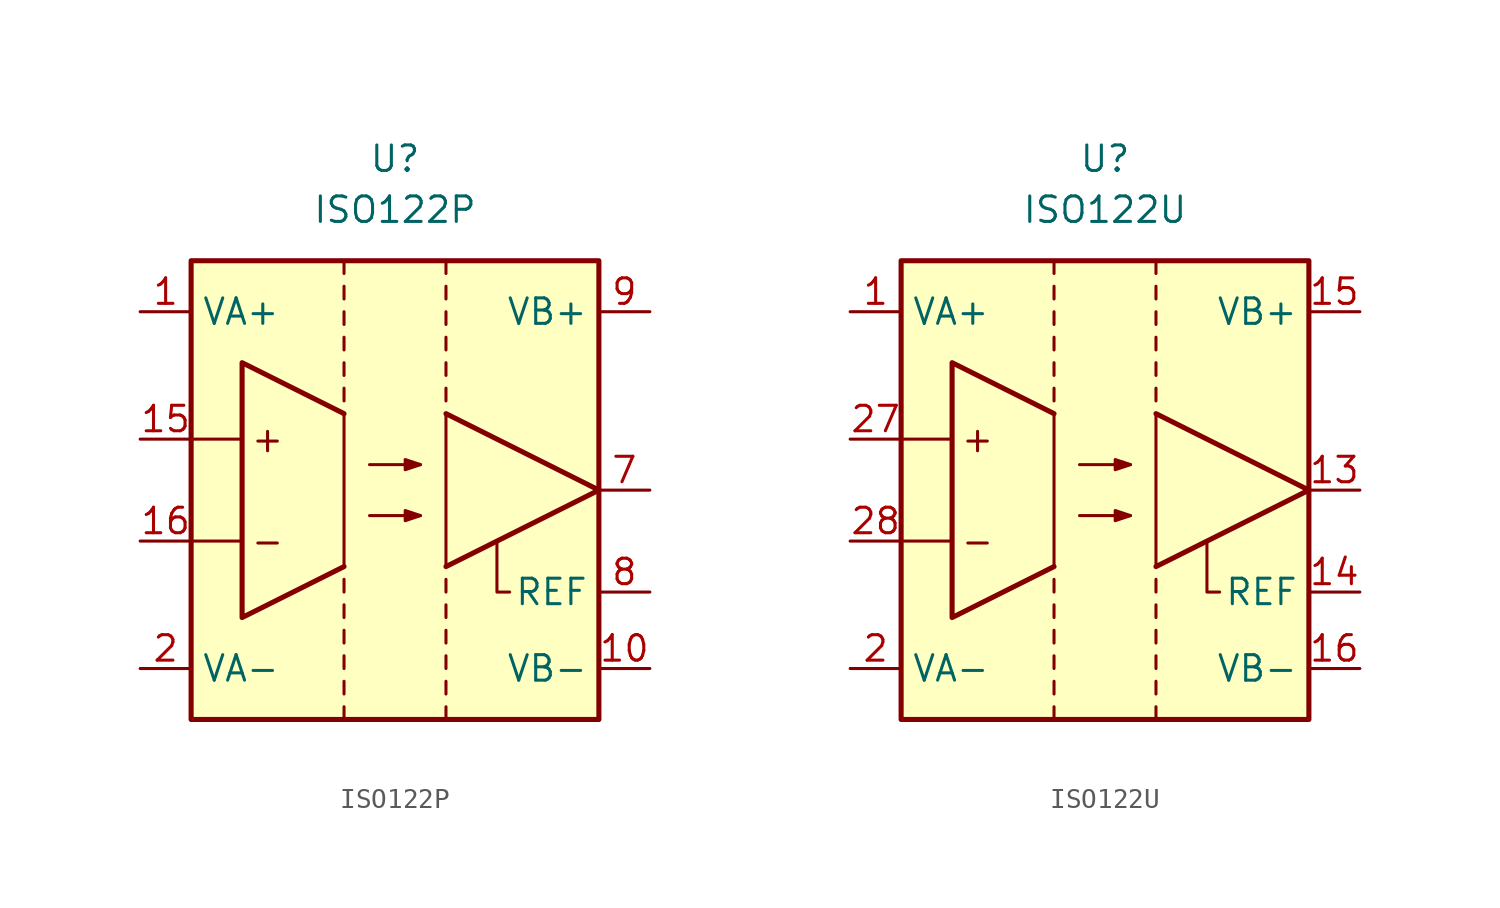
<source format=kicad_sym>
(kicad_symbol_lib
  (version 20231120)
  (generator "kicad_symbol_editor")
  (generator_version "8.0")
  (symbol "ISO122P"
    (property "Reference" "U"
      (at 0 16.51 0)
      (effects (font (size 1.27 1.27))))
    (property "Value" "ISO122P"
      (at 0 13.97 0)
      (effects (font (size 1.27 1.27))))
    (symbol "ISO122P_0_0"
      (rectangle (start -10.16 11.43) (end 10.16 -11.43) (stroke (width 0.254) (type default)) (fill (type background)))
      (polyline (pts (xy -10.16 -2.54) (xy -7.62 -2.54)) (stroke (width 0.152) (type default)) (fill (type none)))
      (polyline (pts (xy -10.16 2.54) (xy -7.62 2.54)) (stroke (width 0.152) (type default)) (fill (type none)))
      (text "+" (at -6.35 2.54 0) (effects (font (size 1.27 1.27))))
      (text "-" (at -6.35 -2.54 0) (effects (font (size 1.27 1.27)))))
    (symbol "ISO122P_0_1"
      (polyline (pts (xy -2.54 -11.43) (xy -2.54 -10.795)) (stroke (width 0.152) (type default)) (fill (type none)))
      (polyline (pts (xy -2.54 -10.16) (xy -2.54 -9.525)) (stroke (width 0.152) (type default)) (fill (type none)))
      (polyline (pts (xy -2.54 -8.255) (xy -2.54 -8.89)) (stroke (width 0.152) (type default)) (fill (type none)))
      (polyline (pts (xy -2.54 -6.985) (xy -2.54 -7.62)) (stroke (width 0.152) (type default)) (fill (type none)))
      (polyline (pts (xy -2.54 -5.715) (xy -2.54 -6.35)) (stroke (width 0.152) (type default)) (fill (type none)))
      (polyline (pts (xy -2.54 -4.445) (xy -2.54 -5.08)) (stroke (width 0.152) (type default)) (fill (type none)))
      (polyline (pts (xy -2.54 4.445) (xy -2.54 5.08)) (stroke (width 0.152) (type default)) (fill (type none)))
      (polyline (pts (xy -2.54 5.715) (xy -2.54 6.35)) (stroke (width 0.152) (type default)) (fill (type none)))
      (polyline (pts (xy -2.54 7.62) (xy -2.54 6.985)) (stroke (width 0.152) (type default)) (fill (type none)))
      (polyline (pts (xy -2.54 8.89) (xy -2.54 8.255)) (stroke (width 0.152) (type default)) (fill (type none)))
      (polyline (pts (xy -2.54 10.16) (xy -2.54 9.525)) (stroke (width 0.152) (type default)) (fill (type none)))
      (polyline (pts (xy -2.54 11.43) (xy -2.54 10.795)) (stroke (width 0.152) (type default)) (fill (type none)))
      (polyline (pts (xy 1.27 -1.27) (xy -1.27 -1.27)) (stroke (width 0.152) (type default)) (fill (type none)))
      (polyline (pts (xy 1.27 1.27) (xy -1.27 1.27)) (stroke (width 0.152) (type default)) (fill (type none)))
      (polyline (pts (xy 2.54 -11.43) (xy 2.54 -10.795)) (stroke (width 0.152) (type default)) (fill (type none)))
      (polyline (pts (xy 2.54 -10.16) (xy 2.54 -9.525)) (stroke (width 0.152) (type default)) (fill (type none)))
      (polyline (pts (xy 2.54 -8.255) (xy 2.54 -8.89)) (stroke (width 0.152) (type default)) (fill (type none)))
      (polyline (pts (xy 2.54 -6.985) (xy 2.54 -7.62)) (stroke (width 0.152) (type default)) (fill (type none)))
      (polyline (pts (xy 2.54 -5.715) (xy 2.54 -6.35)) (stroke (width 0.152) (type default)) (fill (type none)))
      (polyline (pts (xy 2.54 -4.445) (xy 2.54 -5.08)) (stroke (width 0.152) (type default)) (fill (type none)))
      (polyline (pts (xy 2.54 4.445) (xy 2.54 5.08)) (stroke (width 0.152) (type default)) (fill (type none)))
      (polyline (pts (xy 2.54 5.715) (xy 2.54 6.35)) (stroke (width 0.152) (type default)) (fill (type none)))
      (polyline (pts (xy 2.54 7.62) (xy 2.54 6.985)) (stroke (width 0.152) (type default)) (fill (type none)))
      (polyline (pts (xy 2.54 8.89) (xy 2.54 8.255)) (stroke (width 0.152) (type default)) (fill (type none)))
      (polyline (pts (xy 2.54 10.16) (xy 2.54 9.525)) (stroke (width 0.152) (type default)) (fill (type none)))
      (polyline (pts (xy 2.54 11.43) (xy 2.54 10.795)) (stroke (width 0.152) (type default)) (fill (type none)))
      (polyline (pts (xy 2.54 3.81) (xy 10.16 0) (xy 2.54 -3.81)) (stroke (width 0.254) (type default)) (fill (type none)))
      (polyline (pts (xy 5.715 -5.08) (xy 5.08 -5.08) (xy 5.08 -2.54)) (stroke (width 0.152) (type default)) (fill (type none)))
      (polyline (pts (xy -2.54 3.81) (xy -7.62 6.35) (xy -7.62 -6.35) (xy -2.54 -3.81)) (stroke (width 0.254) (type default)) (fill (type none)))
      (polyline (pts (xy 1.27 -1.27) (xy 0.508 -1.016) (xy 0.508 -1.524) (xy 1.27 -1.27)) (stroke (width 0.152) (type default)) (fill (type outline)))
      (polyline (pts (xy 1.27 1.27) (xy 0.508 1.524) (xy 0.508 1.016) (xy 1.27 1.27)) (stroke (width 0.152) (type default)) (fill (type outline)))
      (polyline (pts (xy 2.54 3.81) (xy 2.54 -3.81) (xy 10.16 0) (xy 2.54 3.81)) (stroke (width 0.152) (type default)) (fill (type none)))
      (polyline (pts (xy -2.54 3.81) (xy -7.62 6.35) (xy -7.62 -6.35) (xy -2.54 -3.81) (xy -2.54 3.81)) (stroke (width 0.152) (type default)) (fill (type none))))
    (symbol "ISO122P_1_1"
      (pin power_in line (at -12.7 8.89 0) (length 2.54) (name "VA+" (effects (font (size 1.27 1.27)))) (number "1" (effects (font (size 1.27 1.27)))))
      (pin power_in line (at 12.7 -8.89 180) (length 2.54) (name "VB-" (effects (font (size 1.27 1.27)))) (number "10" (effects (font (size 1.27 1.27)))))
      (pin input line (at -12.7 2.54 0) (length 2.54) (name "~" (effects (font (size 1.27 1.27)))) (number "15" (effects (font (size 1.27 1.27)))))
      (pin input line (at -12.7 -2.54 0) (length 2.54) (name "~" (effects (font (size 1.27 1.27)))) (number "16" (effects (font (size 1.27 1.27)))))
      (pin power_in line (at -12.7 -8.89 0) (length 2.54) (name "VA-" (effects (font (size 1.27 1.27)))) (number "2" (effects (font (size 1.27 1.27)))))
      (pin output line (at 12.7 0 180) (length 2.54) (name "~" (effects (font (size 1.27 1.27)))) (number "7" (effects (font (size 1.27 1.27)))))
      (pin input line (at 12.7 -5.08 180) (length 2.54) (name "REF" (effects (font (size 1.27 1.27)))) (number "8" (effects (font (size 1.27 1.27)))))
      (pin power_in line (at 12.7 8.89 180) (length 2.54) (name "VB+" (effects (font (size 1.27 1.27)))) (number "9" (effects (font (size 1.27 1.27)))))))
  (symbol "ISO122U"
    (property "Reference" "U"
      (at 0 16.51 0)
      (effects (font (size 1.27 1.27))))
    (property "Value" "ISO122U"
      (at 0 13.97 0)
      (effects (font (size 1.27 1.27))))
    (symbol "ISO122U_0_0"
      (rectangle (start -10.16 11.43) (end 10.16 -11.43) (stroke (width 0.254) (type default)) (fill (type background)))
      (polyline (pts (xy -10.16 -2.54) (xy -7.62 -2.54)) (stroke (width 0.152) (type default)) (fill (type none)))
      (polyline (pts (xy -10.16 2.54) (xy -7.62 2.54)) (stroke (width 0.152) (type default)) (fill (type none)))
      (text "+" (at -6.35 2.54 0) (effects (font (size 1.27 1.27))))
      (text "-" (at -6.35 -2.54 0) (effects (font (size 1.27 1.27)))))
    (symbol "ISO122U_0_1"
      (polyline (pts (xy -2.54 -11.43) (xy -2.54 -10.795)) (stroke (width 0.152) (type default)) (fill (type none)))
      (polyline (pts (xy -2.54 -10.16) (xy -2.54 -9.525)) (stroke (width 0.152) (type default)) (fill (type none)))
      (polyline (pts (xy -2.54 -8.255) (xy -2.54 -8.89)) (stroke (width 0.152) (type default)) (fill (type none)))
      (polyline (pts (xy -2.54 -6.985) (xy -2.54 -7.62)) (stroke (width 0.152) (type default)) (fill (type none)))
      (polyline (pts (xy -2.54 -5.715) (xy -2.54 -6.35)) (stroke (width 0.152) (type default)) (fill (type none)))
      (polyline (pts (xy -2.54 -4.445) (xy -2.54 -5.08)) (stroke (width 0.152) (type default)) (fill (type none)))
      (polyline (pts (xy -2.54 4.445) (xy -2.54 5.08)) (stroke (width 0.152) (type default)) (fill (type none)))
      (polyline (pts (xy -2.54 5.715) (xy -2.54 6.35)) (stroke (width 0.152) (type default)) (fill (type none)))
      (polyline (pts (xy -2.54 7.62) (xy -2.54 6.985)) (stroke (width 0.152) (type default)) (fill (type none)))
      (polyline (pts (xy -2.54 8.89) (xy -2.54 8.255)) (stroke (width 0.152) (type default)) (fill (type none)))
      (polyline (pts (xy -2.54 10.16) (xy -2.54 9.525)) (stroke (width 0.152) (type default)) (fill (type none)))
      (polyline (pts (xy -2.54 11.43) (xy -2.54 10.795)) (stroke (width 0.152) (type default)) (fill (type none)))
      (polyline (pts (xy 1.27 -1.27) (xy -1.27 -1.27)) (stroke (width 0.152) (type default)) (fill (type none)))
      (polyline (pts (xy 1.27 1.27) (xy -1.27 1.27)) (stroke (width 0.152) (type default)) (fill (type none)))
      (polyline (pts (xy 2.54 -11.43) (xy 2.54 -10.795)) (stroke (width 0.152) (type default)) (fill (type none)))
      (polyline (pts (xy 2.54 -10.16) (xy 2.54 -9.525)) (stroke (width 0.152) (type default)) (fill (type none)))
      (polyline (pts (xy 2.54 -8.255) (xy 2.54 -8.89)) (stroke (width 0.152) (type default)) (fill (type none)))
      (polyline (pts (xy 2.54 -6.985) (xy 2.54 -7.62)) (stroke (width 0.152) (type default)) (fill (type none)))
      (polyline (pts (xy 2.54 -5.715) (xy 2.54 -6.35)) (stroke (width 0.152) (type default)) (fill (type none)))
      (polyline (pts (xy 2.54 -4.445) (xy 2.54 -5.08)) (stroke (width 0.152) (type default)) (fill (type none)))
      (polyline (pts (xy 2.54 4.445) (xy 2.54 5.08)) (stroke (width 0.152) (type default)) (fill (type none)))
      (polyline (pts (xy 2.54 5.715) (xy 2.54 6.35)) (stroke (width 0.152) (type default)) (fill (type none)))
      (polyline (pts (xy 2.54 7.62) (xy 2.54 6.985)) (stroke (width 0.152) (type default)) (fill (type none)))
      (polyline (pts (xy 2.54 8.89) (xy 2.54 8.255)) (stroke (width 0.152) (type default)) (fill (type none)))
      (polyline (pts (xy 2.54 10.16) (xy 2.54 9.525)) (stroke (width 0.152) (type default)) (fill (type none)))
      (polyline (pts (xy 2.54 11.43) (xy 2.54 10.795)) (stroke (width 0.152) (type default)) (fill (type none)))
      (polyline (pts (xy 2.54 3.81) (xy 10.16 0) (xy 2.54 -3.81)) (stroke (width 0.254) (type default)) (fill (type none)))
      (polyline (pts (xy 5.715 -5.08) (xy 5.08 -5.08) (xy 5.08 -2.54)) (stroke (width 0.152) (type default)) (fill (type none)))
      (polyline (pts (xy -2.54 3.81) (xy -7.62 6.35) (xy -7.62 -6.35) (xy -2.54 -3.81)) (stroke (width 0.254) (type default)) (fill (type none)))
      (polyline (pts (xy 1.27 -1.27) (xy 0.508 -1.016) (xy 0.508 -1.524) (xy 1.27 -1.27)) (stroke (width 0.152) (type default)) (fill (type outline)))
      (polyline (pts (xy 1.27 1.27) (xy 0.508 1.524) (xy 0.508 1.016) (xy 1.27 1.27)) (stroke (width 0.152) (type default)) (fill (type outline)))
      (polyline (pts (xy 2.54 3.81) (xy 2.54 -3.81) (xy 10.16 0) (xy 2.54 3.81)) (stroke (width 0.152) (type default)) (fill (type none)))
      (polyline (pts (xy -2.54 3.81) (xy -7.62 6.35) (xy -7.62 -6.35) (xy -2.54 -3.81) (xy -2.54 3.81)) (stroke (width 0.152) (type default)) (fill (type none))))
    (symbol "ISO122U_1_1"
      (pin power_in line (at -12.7 8.89 0) (length 2.54) (name "VA+" (effects (font (size 1.27 1.27)))) (number "1" (effects (font (size 1.27 1.27)))))
      (pin output line (at 12.7 0 180) (length 2.54) (name "~" (effects (font (size 1.27 1.27)))) (number "13" (effects (font (size 1.27 1.27)))))
      (pin input line (at 12.7 -5.08 180) (length 2.54) (name "REF" (effects (font (size 1.27 1.27)))) (number "14" (effects (font (size 1.27 1.27)))))
      (pin power_in line (at 12.7 8.89 180) (length 2.54) (name "VB+" (effects (font (size 1.27 1.27)))) (number "15" (effects (font (size 1.27 1.27)))))
      (pin power_in line (at 12.7 -8.89 180) (length 2.54) (name "VB-" (effects (font (size 1.27 1.27)))) (number "16" (effects (font (size 1.27 1.27)))))
      (pin power_in line (at -12.7 -8.89 0) (length 2.54) (name "VA-" (effects (font (size 1.27 1.27)))) (number "2" (effects (font (size 1.27 1.27)))))
      (pin input line (at -12.7 2.54 0) (length 2.54) (name "~" (effects (font (size 1.27 1.27)))) (number "27" (effects (font (size 1.27 1.27)))))
      (pin input line (at -12.7 -2.54 0) (length 2.54) (name "~" (effects (font (size 1.27 1.27)))) (number "28" (effects (font (size 1.27 1.27))))))))
</source>
